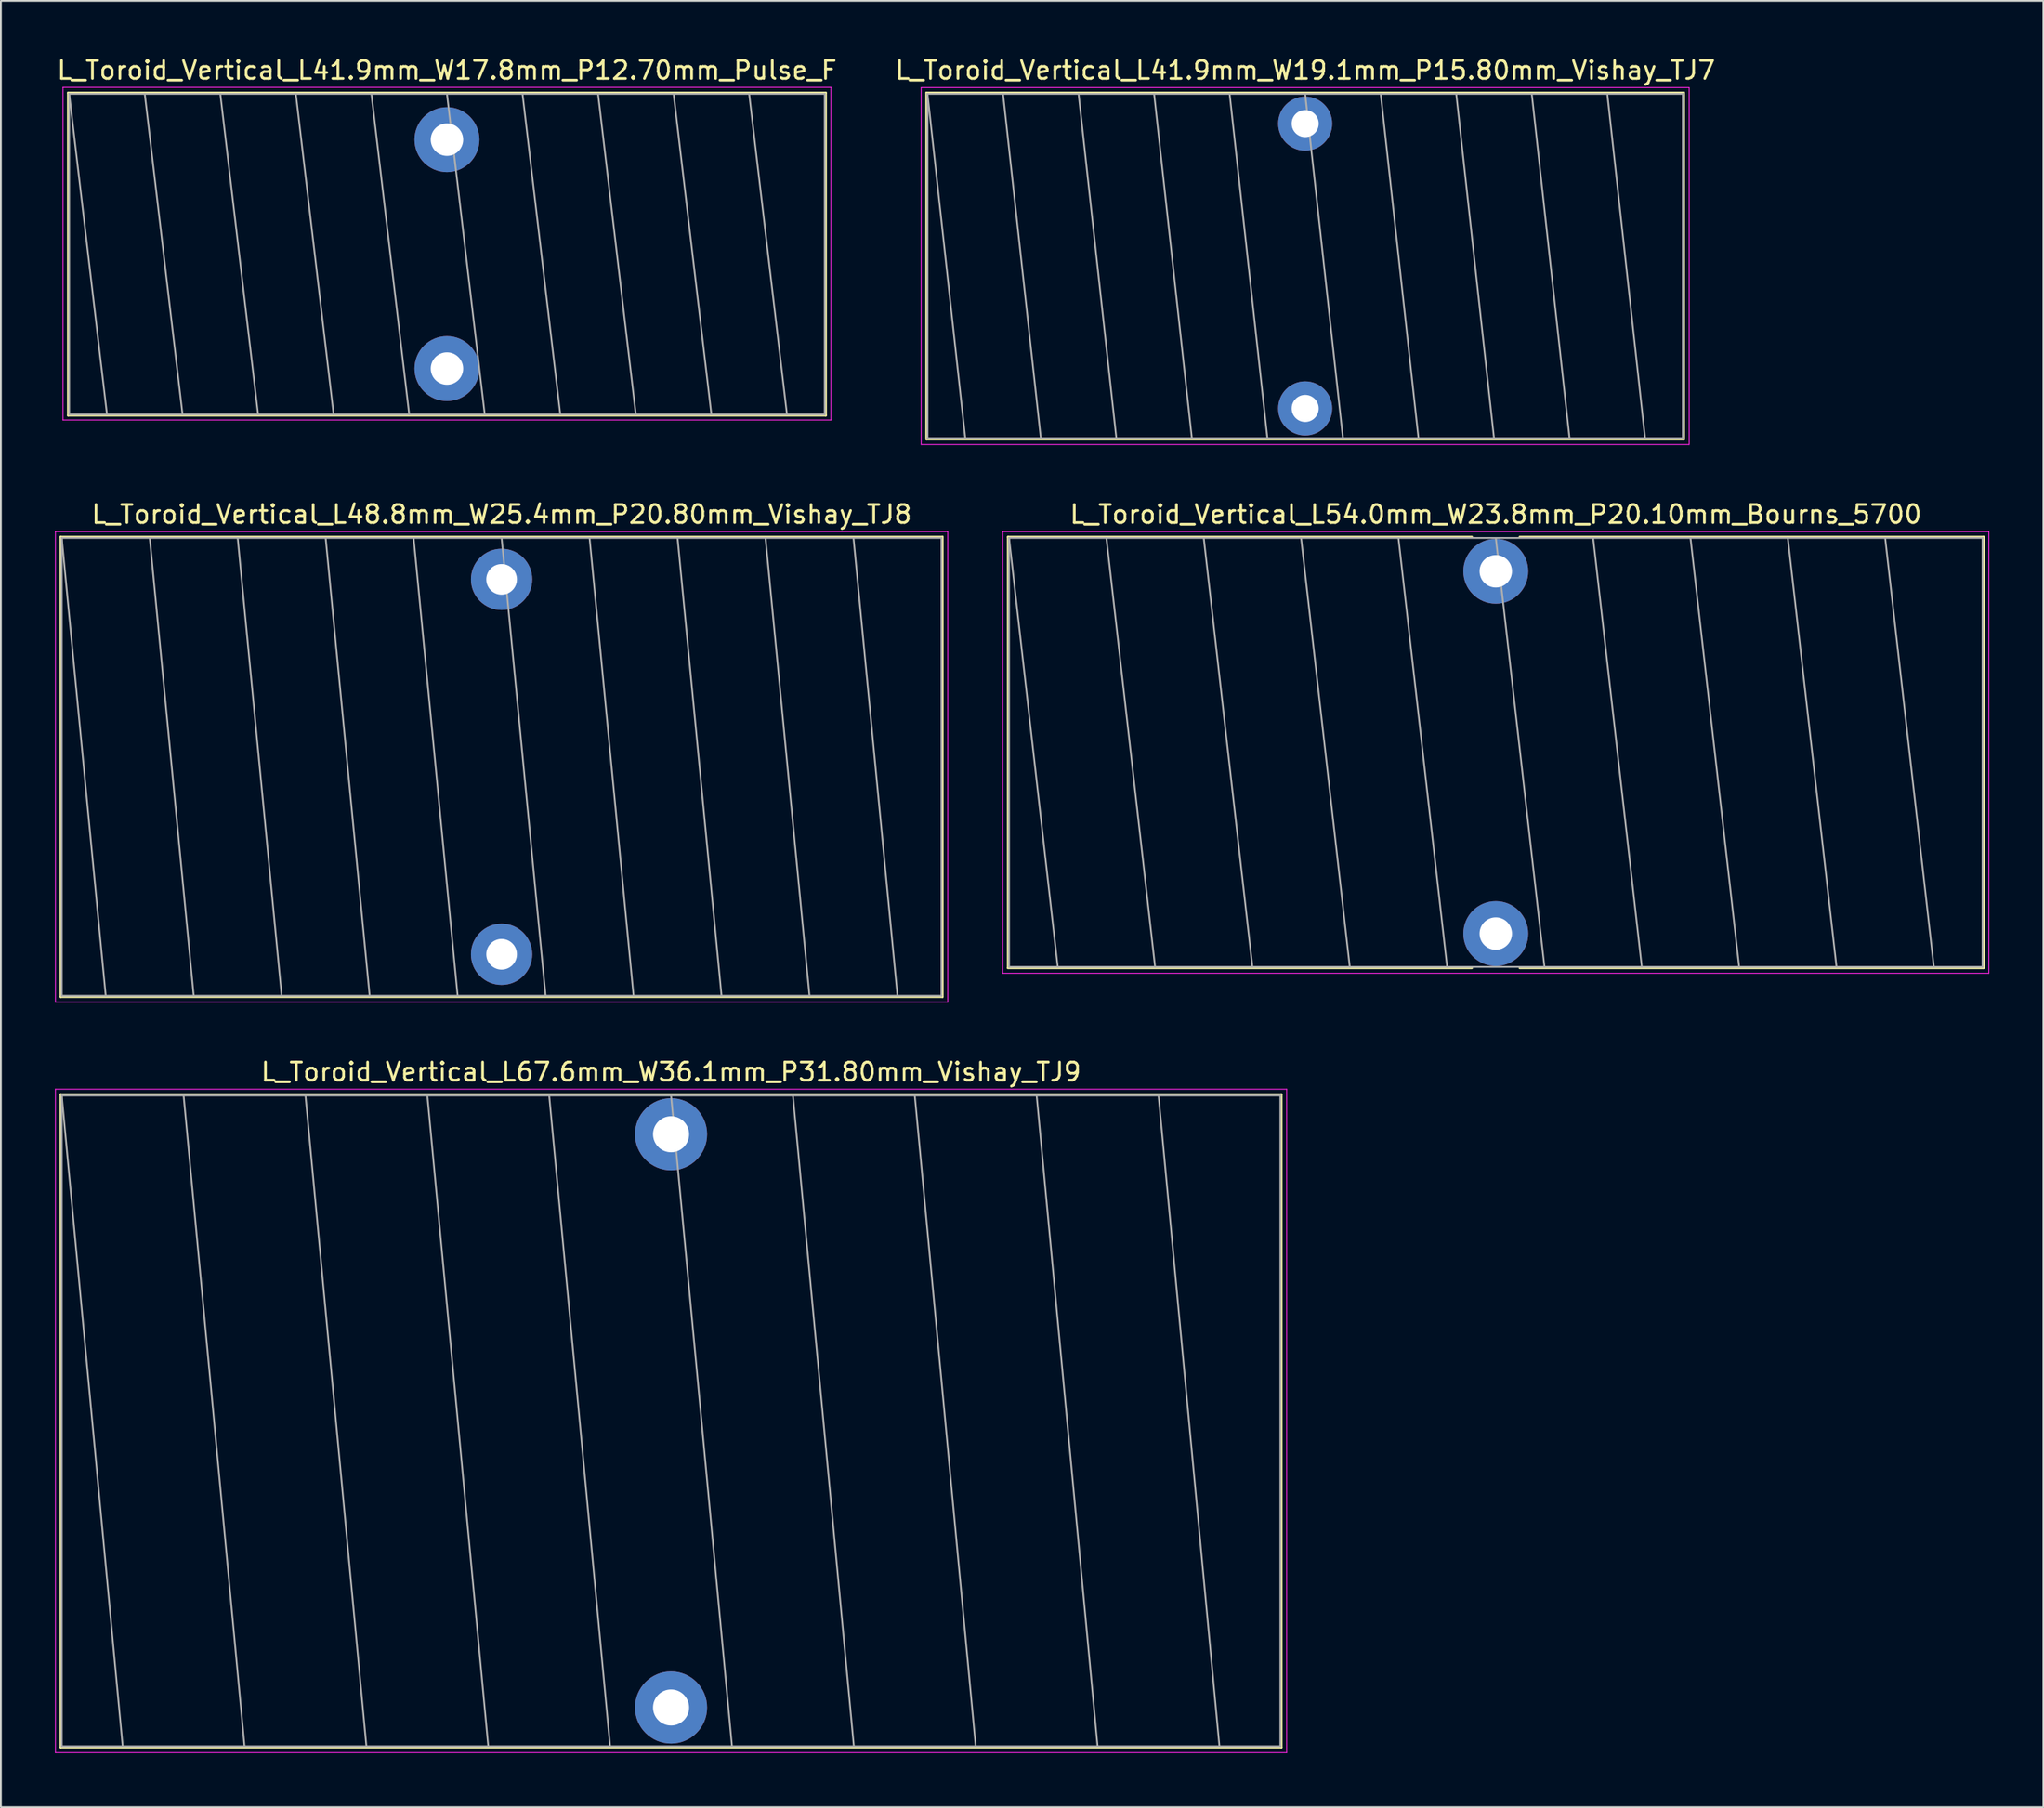
<source format=kicad_pcb>
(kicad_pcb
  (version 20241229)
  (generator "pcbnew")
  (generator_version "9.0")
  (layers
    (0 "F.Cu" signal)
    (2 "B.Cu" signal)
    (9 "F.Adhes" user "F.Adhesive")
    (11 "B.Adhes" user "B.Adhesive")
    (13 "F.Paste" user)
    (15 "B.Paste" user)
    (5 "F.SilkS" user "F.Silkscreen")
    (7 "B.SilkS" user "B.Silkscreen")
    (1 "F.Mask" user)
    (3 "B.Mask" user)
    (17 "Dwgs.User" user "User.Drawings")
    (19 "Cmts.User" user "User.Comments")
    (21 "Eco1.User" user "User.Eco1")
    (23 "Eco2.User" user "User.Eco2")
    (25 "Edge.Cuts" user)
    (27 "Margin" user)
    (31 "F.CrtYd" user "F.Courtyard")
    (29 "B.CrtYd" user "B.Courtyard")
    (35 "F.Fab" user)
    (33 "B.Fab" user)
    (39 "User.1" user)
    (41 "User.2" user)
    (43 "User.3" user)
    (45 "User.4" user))
  (footprint "L_Toroid_Vertical_L48.8mm_W25.4mm_P20.80mm_Vishay_TJ8"
    (layer "F.Cu")
    (at 24.775 29.091)
    (property "Reference" "L_Toroid_Vertical_L48.8mm_W25.4mm_P20.80mm_Vishay_TJ8" (at 0 -3.61 0) (layer "F.SilkS") (effects (font (size 1 1) (thickness 0.15))))
    (attr through_hole)
    (fp_line (start -24.46 -2.36) (end -24.46 23.16) (stroke (width 0.12) (type solid)) (layer "F.SilkS"))
    (fp_line (start -24.46 -2.36) (end 24.46 -2.36) (stroke (width 0.12) (type solid)) (layer "F.SilkS"))
    (fp_line (start -24.46 23.16) (end 24.46 23.16) (stroke (width 0.12) (type solid)) (layer "F.SilkS"))
    (fp_line (start 24.46 -2.36) (end 24.46 23.16) (stroke (width 0.12) (type solid)) (layer "F.SilkS"))
    (fp_line (start -24.75 -2.65) (end -24.75 23.45) (stroke (width 0.05) (type solid)) (layer "F.CrtYd"))
    (fp_line (start -24.75 23.45) (end 24.75 23.45) (stroke (width 0.05) (type solid)) (layer "F.CrtYd"))
    (fp_line (start 24.75 -2.65) (end -24.75 -2.65) (stroke (width 0.05) (type solid)) (layer "F.CrtYd"))
    (fp_line (start 24.75 23.45) (end 24.75 -2.65) (stroke (width 0.05) (type solid)) (layer "F.CrtYd"))
    (fp_line (start -24.4 -2.3) (end -24.4 23.1) (stroke (width 0.1) (type solid)) (layer "F.Fab"))
    (fp_line (start -24.4 -2.3) (end -21.96 23.1) (stroke (width 0.1) (type solid)) (layer "F.Fab"))
    (fp_line (start -24.4 23.1) (end 24.4 23.1) (stroke (width 0.1) (type solid)) (layer "F.Fab"))
    (fp_line (start -19.52 -2.3) (end -17.08 23.1) (stroke (width 0.1) (type solid)) (layer "F.Fab"))
    (fp_line (start -14.64 -2.3) (end -12.2 23.1) (stroke (width 0.1) (type solid)) (layer "F.Fab"))
    (fp_line (start -9.76 -2.3) (end -7.32 23.1) (stroke (width 0.1) (type solid)) (layer "F.Fab"))
    (fp_line (start -4.88 -2.3) (end -2.44 23.1) (stroke (width 0.1) (type solid)) (layer "F.Fab"))
    (fp_line (start 0 -2.3) (end 2.44 23.1) (stroke (width 0.1) (type solid)) (layer "F.Fab"))
    (fp_line (start 4.88 -2.3) (end 7.32 23.1) (stroke (width 0.1) (type solid)) (layer "F.Fab"))
    (fp_line (start 9.76 -2.3) (end 12.2 23.1) (stroke (width 0.1) (type solid)) (layer "F.Fab"))
    (fp_line (start 14.64 -2.3) (end 17.08 23.1) (stroke (width 0.1) (type solid)) (layer "F.Fab"))
    (fp_line (start 19.52 -2.3) (end 21.96 23.1) (stroke (width 0.1) (type solid)) (layer "F.Fab"))
    (fp_line (start 24.4 -2.3) (end -24.4 -2.3) (stroke (width 0.1) (type solid)) (layer "F.Fab"))
    (fp_line (start 24.4 23.1) (end 24.4 -2.3) (stroke (width 0.1) (type solid)) (layer "F.Fab"))
    (pad "1" thru_hole circle (at 0 0) (size 3.4 3.4) (drill 1.7) (layers "*.Cu" "*.Mask"))
    (pad "2" thru_hole circle (at 0 20.8) (size 3.4 3.4) (drill 1.7) (layers "*.Cu" "*.Mask")))
  (footprint "L_Toroid_Vertical_L41.9mm_W17.8mm_P12.70mm_Pulse_F"
    (layer "F.Cu")
    (at 21.744 4.698)
    (property "Reference" "L_Toroid_Vertical_L41.9mm_W17.8mm_P12.70mm_Pulse_F" (at 0 -3.85 0) (layer "F.SilkS") (effects (font (size 1 1) (thickness 0.15))))
    (attr through_hole)
    (fp_line (start -21.015 -2.6) (end -21.015 15.3) (stroke (width 0.12) (type solid)) (layer "F.SilkS"))
    (fp_line (start -21.015 -2.6) (end 21.015 -2.6) (stroke (width 0.12) (type solid)) (layer "F.SilkS"))
    (fp_line (start -21.015 15.3) (end 21.015 15.3) (stroke (width 0.12) (type solid)) (layer "F.SilkS"))
    (fp_line (start 21.015 -2.6) (end 21.015 15.3) (stroke (width 0.12) (type solid)) (layer "F.SilkS"))
    (fp_line (start -21.3 -2.9) (end -21.3 15.55) (stroke (width 0.05) (type solid)) (layer "F.CrtYd"))
    (fp_line (start -21.3 15.55) (end 21.3 15.55) (stroke (width 0.05) (type solid)) (layer "F.CrtYd"))
    (fp_line (start 21.3 -2.9) (end -21.3 -2.9) (stroke (width 0.05) (type solid)) (layer "F.CrtYd"))
    (fp_line (start 21.3 15.55) (end 21.3 -2.9) (stroke (width 0.05) (type solid)) (layer "F.CrtYd"))
    (fp_line (start -20.955 -2.54) (end -20.955 15.24) (stroke (width 0.1) (type solid)) (layer "F.Fab"))
    (fp_line (start -20.955 -2.54) (end -18.86 15.24) (stroke (width 0.1) (type solid)) (layer "F.Fab"))
    (fp_line (start -20.955 15.24) (end 20.955 15.24) (stroke (width 0.1) (type solid)) (layer "F.Fab"))
    (fp_line (start -16.764 -2.54) (end -14.668 15.24) (stroke (width 0.1) (type solid)) (layer "F.Fab"))
    (fp_line (start -12.573 -2.54) (end -10.477 15.24) (stroke (width 0.1) (type solid)) (layer "F.Fab"))
    (fp_line (start -8.382 -2.54) (end -6.287 15.24) (stroke (width 0.1) (type solid)) (layer "F.Fab"))
    (fp_line (start -4.191 -2.54) (end -2.095 15.24) (stroke (width 0.1) (type solid)) (layer "F.Fab"))
    (fp_line (start 0 -2.54) (end 2.095 15.24) (stroke (width 0.1) (type solid)) (layer "F.Fab"))
    (fp_line (start 4.191 -2.54) (end 6.287 15.24) (stroke (width 0.1) (type solid)) (layer "F.Fab"))
    (fp_line (start 8.382 -2.54) (end 10.477 15.24) (stroke (width 0.1) (type solid)) (layer "F.Fab"))
    (fp_line (start 12.573 -2.54) (end 14.668 15.24) (stroke (width 0.1) (type solid)) (layer "F.Fab"))
    (fp_line (start 16.764 -2.54) (end 18.86 15.24) (stroke (width 0.1) (type solid)) (layer "F.Fab"))
    (fp_line (start 20.955 -2.54) (end -20.955 -2.54) (stroke (width 0.1) (type solid)) (layer "F.Fab"))
    (fp_line (start 20.955 15.24) (end 20.955 -2.54) (stroke (width 0.1) (type solid)) (layer "F.Fab"))
    (pad "1" thru_hole circle (at 0 0) (size 3.6 3.6) (drill 1.8) (layers "*.Cu" "*.Mask"))
    (pad "2" thru_hole circle (at 0 12.7) (size 3.6 3.6) (drill 1.8) (layers "*.Cu" "*.Mask")))
  (footprint "L_Toroid_Vertical_L41.9mm_W19.1mm_P15.80mm_Vishay_TJ7"
    (layer "F.Cu")
    (at 69.351 3.808)
    (property "Reference" "L_Toroid_Vertical_L41.9mm_W19.1mm_P15.80mm_Vishay_TJ7" (at 0 -2.96 0) (layer "F.SilkS") (effects (font (size 1 1) (thickness 0.15))))
    (attr through_hole)
    (fp_line (start -21.01 -1.711) (end -21.01 17.511) (stroke (width 0.12) (type solid)) (layer "F.SilkS"))
    (fp_line (start -21.01 -1.711) (end 21.01 -1.711) (stroke (width 0.12) (type solid)) (layer "F.SilkS"))
    (fp_line (start -21.01 17.511) (end 21.01 17.511) (stroke (width 0.12) (type solid)) (layer "F.SilkS"))
    (fp_line (start 21.01 -1.711) (end 21.01 17.511) (stroke (width 0.12) (type solid)) (layer "F.SilkS"))
    (fp_line (start -21.3 -2) (end -21.3 17.8) (stroke (width 0.05) (type solid)) (layer "F.CrtYd"))
    (fp_line (start -21.3 17.8) (end 21.3 17.8) (stroke (width 0.05) (type solid)) (layer "F.CrtYd"))
    (fp_line (start 21.3 -2) (end -21.3 -2) (stroke (width 0.05) (type solid)) (layer "F.CrtYd"))
    (fp_line (start 21.3 17.8) (end 21.3 -2) (stroke (width 0.05) (type solid)) (layer "F.CrtYd"))
    (fp_line (start -20.95 -1.65) (end -20.95 17.45) (stroke (width 0.1) (type solid)) (layer "F.Fab"))
    (fp_line (start -20.95 -1.65) (end -18.855 17.45) (stroke (width 0.1) (type solid)) (layer "F.Fab"))
    (fp_line (start -20.95 17.45) (end 20.95 17.45) (stroke (width 0.1) (type solid)) (layer "F.Fab"))
    (fp_line (start -16.76 -1.65) (end -14.665 17.45) (stroke (width 0.1) (type solid)) (layer "F.Fab"))
    (fp_line (start -12.57 -1.65) (end -10.475 17.45) (stroke (width 0.1) (type solid)) (layer "F.Fab"))
    (fp_line (start -8.38 -1.65) (end -6.285 17.45) (stroke (width 0.1) (type solid)) (layer "F.Fab"))
    (fp_line (start -4.19 -1.65) (end -2.095 17.45) (stroke (width 0.1) (type solid)) (layer "F.Fab"))
    (fp_line (start 0 -1.65) (end 2.095 17.45) (stroke (width 0.1) (type solid)) (layer "F.Fab"))
    (fp_line (start 4.19 -1.65) (end 6.285 17.45) (stroke (width 0.1) (type solid)) (layer "F.Fab"))
    (fp_line (start 8.38 -1.65) (end 10.475 17.45) (stroke (width 0.1) (type solid)) (layer "F.Fab"))
    (fp_line (start 12.57 -1.65) (end 14.665 17.45) (stroke (width 0.1) (type solid)) (layer "F.Fab"))
    (fp_line (start 16.76 -1.65) (end 18.855 17.45) (stroke (width 0.1) (type solid)) (layer "F.Fab"))
    (fp_line (start 20.95 -1.65) (end -20.95 -1.65) (stroke (width 0.1) (type solid)) (layer "F.Fab"))
    (fp_line (start 20.95 17.45) (end 20.95 -1.65) (stroke (width 0.1) (type solid)) (layer "F.Fab"))
    (pad "1" thru_hole circle (at 0 0) (size 3 3) (drill 1.5) (layers "*.Cu" "*.Mask"))
    (pad "2" thru_hole circle (at 0 15.8) (size 3 3) (drill 1.5) (layers "*.Cu" "*.Mask")))
  (footprint "L_Toroid_Vertical_L54.0mm_W23.8mm_P20.10mm_Bourns_5700"
    (layer "F.Cu")
    (at 79.925 28.642)
    (property "Reference" "L_Toroid_Vertical_L54.0mm_W23.8mm_P20.10mm_Bourns_5700" (at 0 -3.16 0) (layer "F.SilkS") (effects (font (size 1 1) (thickness 0.15))))
    (attr through_hole)
    (fp_line (start -27.06 -1.91) (end -27.06 22.01) (stroke (width 0.12) (type solid)) (layer "F.SilkS"))
    (fp_line (start -27.06 -1.91) (end -1.325 -1.91) (stroke (width 0.12) (type solid)) (layer "F.SilkS"))
    (fp_line (start -27.06 22.01) (end -1.325 22.01) (stroke (width 0.12) (type solid)) (layer "F.SilkS"))
    (fp_line (start 1.325 -1.91) (end 27.06 -1.91) (stroke (width 0.12) (type solid)) (layer "F.SilkS"))
    (fp_line (start 1.325 22.01) (end 27.06 22.01) (stroke (width 0.12) (type solid)) (layer "F.SilkS"))
    (fp_line (start 27.06 -1.91) (end 27.06 22.01) (stroke (width 0.12) (type solid)) (layer "F.SilkS"))
    (fp_line (start -27.35 -2.2) (end -27.35 22.3) (stroke (width 0.05) (type solid)) (layer "F.CrtYd"))
    (fp_line (start -27.35 22.3) (end 27.35 22.3) (stroke (width 0.05) (type solid)) (layer "F.CrtYd"))
    (fp_line (start 27.35 -2.2) (end -27.35 -2.2) (stroke (width 0.05) (type solid)) (layer "F.CrtYd"))
    (fp_line (start 27.35 22.3) (end 27.35 -2.2) (stroke (width 0.05) (type solid)) (layer "F.CrtYd"))
    (fp_line (start -27 -1.85) (end -27 21.95) (stroke (width 0.1) (type solid)) (layer "F.Fab"))
    (fp_line (start -27 -1.85) (end -24.3 21.95) (stroke (width 0.1) (type solid)) (layer "F.Fab"))
    (fp_line (start -27 21.95) (end 27 21.95) (stroke (width 0.1) (type solid)) (layer "F.Fab"))
    (fp_line (start -21.6 -1.85) (end -18.9 21.95) (stroke (width 0.1) (type solid)) (layer "F.Fab"))
    (fp_line (start -16.2 -1.85) (end -13.5 21.95) (stroke (width 0.1) (type solid)) (layer "F.Fab"))
    (fp_line (start -10.8 -1.85) (end -8.1 21.95) (stroke (width 0.1) (type solid)) (layer "F.Fab"))
    (fp_line (start -5.4 -1.85) (end -2.7 21.95) (stroke (width 0.1) (type solid)) (layer "F.Fab"))
    (fp_line (start 0 -1.85) (end 2.7 21.95) (stroke (width 0.1) (type solid)) (layer "F.Fab"))
    (fp_line (start 5.4 -1.85) (end 8.1 21.95) (stroke (width 0.1) (type solid)) (layer "F.Fab"))
    (fp_line (start 10.8 -1.85) (end 13.5 21.95) (stroke (width 0.1) (type solid)) (layer "F.Fab"))
    (fp_line (start 16.2 -1.85) (end 18.9 21.95) (stroke (width 0.1) (type solid)) (layer "F.Fab"))
    (fp_line (start 21.6 -1.85) (end 24.3 21.95) (stroke (width 0.1) (type solid)) (layer "F.Fab"))
    (fp_line (start 27 -1.85) (end -27 -1.85) (stroke (width 0.1) (type solid)) (layer "F.Fab"))
    (fp_line (start 27 21.95) (end 27 -1.85) (stroke (width 0.1) (type solid)) (layer "F.Fab"))
    (pad "1" thru_hole circle (at 0 0) (size 3.6 3.6) (drill 1.8) (layers "*.Cu" "*.Mask"))
    (pad "2" thru_hole circle (at 0 20.1) (size 3.6 3.6) (drill 1.8) (layers "*.Cu" "*.Mask")))
  (footprint "L_Toroid_Vertical_L67.6mm_W36.1mm_P31.80mm_Vishay_TJ9"
    (layer "F.Cu")
    (at 34.175 59.875)
    (property "Reference" "L_Toroid_Vertical_L67.6mm_W36.1mm_P31.80mm_Vishay_TJ9" (at 0 -3.46 0) (layer "F.SilkS") (effects (font (size 1 1) (thickness 0.15))))
    (attr through_hole)
    (fp_line (start -33.86 -2.21) (end -33.86 34.01) (stroke (width 0.12) (type solid)) (layer "F.SilkS"))
    (fp_line (start -33.86 -2.21) (end 33.86 -2.21) (stroke (width 0.12) (type solid)) (layer "F.SilkS"))
    (fp_line (start -33.86 34.01) (end 33.86 34.01) (stroke (width 0.12) (type solid)) (layer "F.SilkS"))
    (fp_line (start 33.86 -2.21) (end 33.86 34.01) (stroke (width 0.12) (type solid)) (layer "F.SilkS"))
    (fp_line (start -34.15 -2.5) (end -34.15 34.3) (stroke (width 0.05) (type solid)) (layer "F.CrtYd"))
    (fp_line (start -34.15 34.3) (end 34.15 34.3) (stroke (width 0.05) (type solid)) (layer "F.CrtYd"))
    (fp_line (start 34.15 -2.5) (end -34.15 -2.5) (stroke (width 0.05) (type solid)) (layer "F.CrtYd"))
    (fp_line (start 34.15 34.3) (end 34.15 -2.5) (stroke (width 0.05) (type solid)) (layer "F.CrtYd"))
    (fp_line (start -33.8 -2.15) (end -33.8 33.95) (stroke (width 0.1) (type solid)) (layer "F.Fab"))
    (fp_line (start -33.8 -2.15) (end -30.42 33.95) (stroke (width 0.1) (type solid)) (layer "F.Fab"))
    (fp_line (start -33.8 33.95) (end 33.8 33.95) (stroke (width 0.1) (type solid)) (layer "F.Fab"))
    (fp_line (start -27.04 -2.15) (end -23.66 33.95) (stroke (width 0.1) (type solid)) (layer "F.Fab"))
    (fp_line (start -20.28 -2.15) (end -16.9 33.95) (stroke (width 0.1) (type solid)) (layer "F.Fab"))
    (fp_line (start -13.52 -2.15) (end -10.14 33.95) (stroke (width 0.1) (type solid)) (layer "F.Fab"))
    (fp_line (start -6.76 -2.15) (end -3.38 33.95) (stroke (width 0.1) (type solid)) (layer "F.Fab"))
    (fp_line (start 0 -2.15) (end 3.38 33.95) (stroke (width 0.1) (type solid)) (layer "F.Fab"))
    (fp_line (start 6.76 -2.15) (end 10.14 33.95) (stroke (width 0.1) (type solid)) (layer "F.Fab"))
    (fp_line (start 13.52 -2.15) (end 16.9 33.95) (stroke (width 0.1) (type solid)) (layer "F.Fab"))
    (fp_line (start 20.28 -2.15) (end 23.66 33.95) (stroke (width 0.1) (type solid)) (layer "F.Fab"))
    (fp_line (start 27.04 -2.15) (end 30.42 33.95) (stroke (width 0.1) (type solid)) (layer "F.Fab"))
    (fp_line (start 33.8 -2.15) (end -33.8 -2.15) (stroke (width 0.1) (type solid)) (layer "F.Fab"))
    (fp_line (start 33.8 33.95) (end 33.8 -2.15) (stroke (width 0.1) (type solid)) (layer "F.Fab"))
    (pad "1" thru_hole circle (at 0 0) (size 4 4) (drill 2) (layers "*.Cu" "*.Mask"))
    (pad "2" thru_hole circle (at 0 31.8) (size 4 4) (drill 2) (layers "*.Cu" "*.Mask")))
  (gr_rect
    (start -3 -3)
    (end 110.3 97.2)
    (stroke (width 0.1) (type default))
    (fill no)
    (layer "Edge.Cuts")))
</source>
